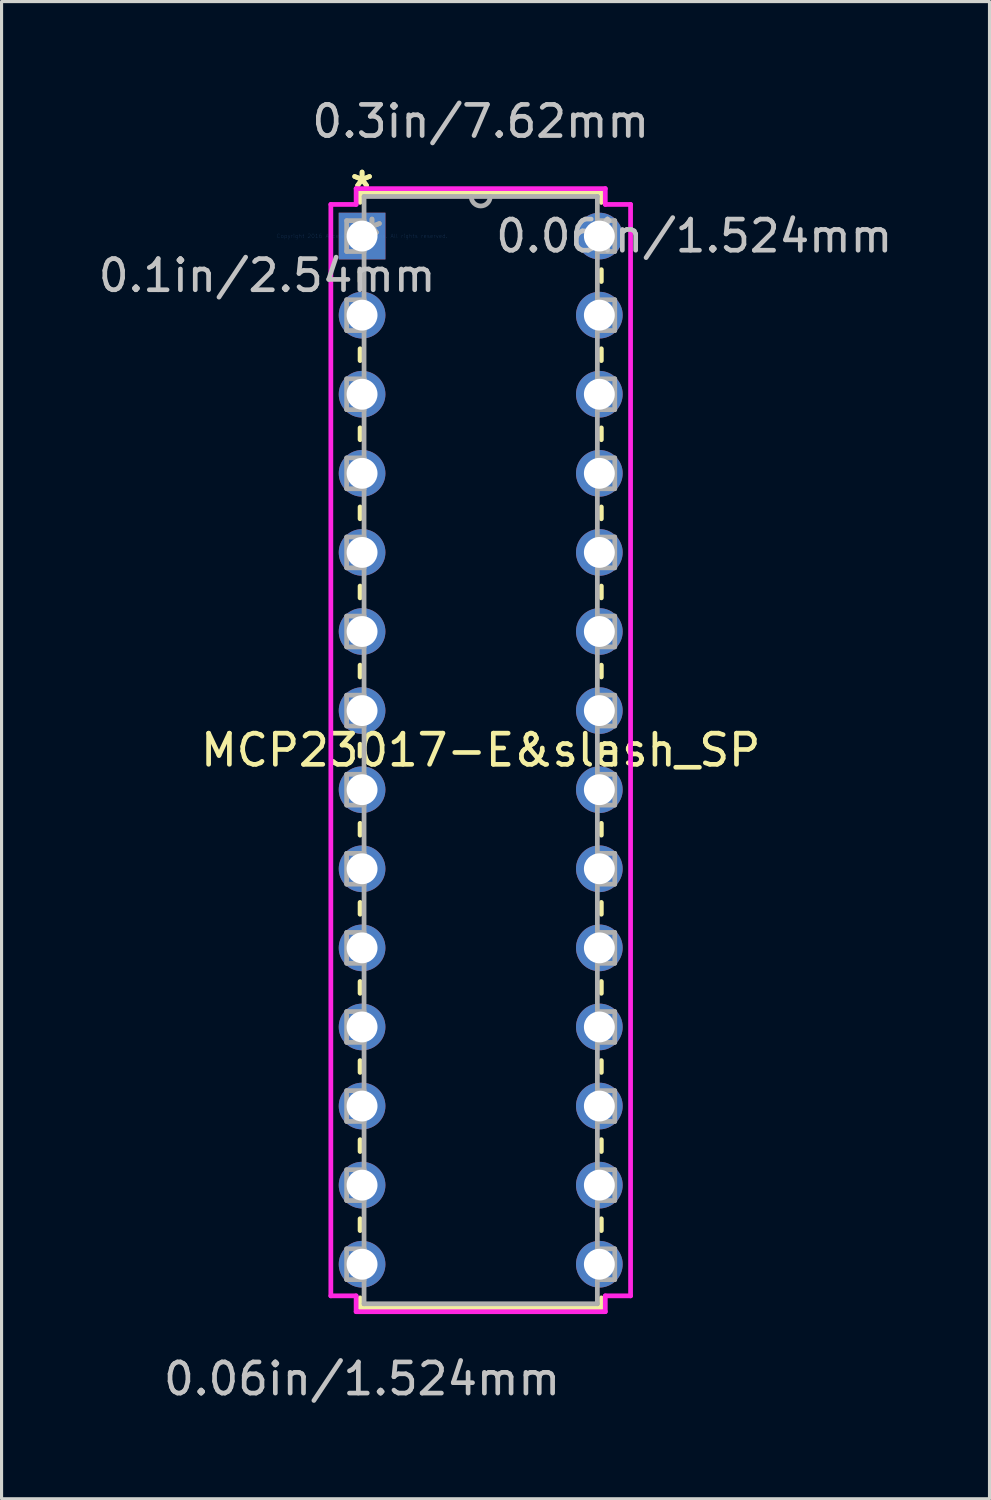
<source format=kicad_pcb>
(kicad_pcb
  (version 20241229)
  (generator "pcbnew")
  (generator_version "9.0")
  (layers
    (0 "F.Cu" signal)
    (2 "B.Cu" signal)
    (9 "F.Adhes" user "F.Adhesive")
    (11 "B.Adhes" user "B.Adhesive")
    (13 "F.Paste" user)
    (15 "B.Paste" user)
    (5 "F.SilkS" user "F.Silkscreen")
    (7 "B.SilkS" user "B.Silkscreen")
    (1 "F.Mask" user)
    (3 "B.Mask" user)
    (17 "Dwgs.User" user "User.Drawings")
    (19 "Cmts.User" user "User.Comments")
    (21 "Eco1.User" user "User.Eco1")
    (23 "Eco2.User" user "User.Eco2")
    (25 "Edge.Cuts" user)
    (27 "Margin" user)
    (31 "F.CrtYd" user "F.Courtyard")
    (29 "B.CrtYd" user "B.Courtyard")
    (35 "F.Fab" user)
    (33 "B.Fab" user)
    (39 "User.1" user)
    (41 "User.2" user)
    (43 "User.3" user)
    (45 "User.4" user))
  (footprint "MCP23017-E&slash_SP"
    (layer "F.Cu")
    (at 8.578 4.531)
    (property "Reference" "MCP23017-E&slash_SP" (at 3.81 16.51 0) (layer "F.SilkS") (effects (font (size 1 1) (thickness 0.15))))
    (attr through_hole)
    (fp_line (start -0.064 -1.397) (end -0.064 -1.082) (stroke (width 0.152) (type solid)) (layer "F.SilkS"))
    (fp_line (start -0.064 1.082) (end -0.064 1.46) (stroke (width 0.152) (type solid)) (layer "F.SilkS"))
    (fp_line (start -0.064 3.62) (end -0.064 4) (stroke (width 0.152) (type solid)) (layer "F.SilkS"))
    (fp_line (start -0.064 6.16) (end -0.064 6.54) (stroke (width 0.152) (type solid)) (layer "F.SilkS"))
    (fp_line (start -0.064 8.7) (end -0.064 9.08) (stroke (width 0.152) (type solid)) (layer "F.SilkS"))
    (fp_line (start -0.064 11.24) (end -0.064 11.62) (stroke (width 0.152) (type solid)) (layer "F.SilkS"))
    (fp_line (start -0.064 13.78) (end -0.064 14.16) (stroke (width 0.152) (type solid)) (layer "F.SilkS"))
    (fp_line (start -0.064 16.32) (end -0.064 16.7) (stroke (width 0.152) (type solid)) (layer "F.SilkS"))
    (fp_line (start -0.064 18.86) (end -0.064 19.24) (stroke (width 0.152) (type solid)) (layer "F.SilkS"))
    (fp_line (start -0.064 21.4) (end -0.064 21.78) (stroke (width 0.152) (type solid)) (layer "F.SilkS"))
    (fp_line (start -0.064 23.94) (end -0.064 24.32) (stroke (width 0.152) (type solid)) (layer "F.SilkS"))
    (fp_line (start -0.064 26.48) (end -0.064 26.86) (stroke (width 0.152) (type solid)) (layer "F.SilkS"))
    (fp_line (start -0.064 29.02) (end -0.064 29.4) (stroke (width 0.152) (type solid)) (layer "F.SilkS"))
    (fp_line (start -0.064 31.56) (end -0.064 31.94) (stroke (width 0.152) (type solid)) (layer "F.SilkS"))
    (fp_line (start -0.064 34.1) (end -0.064 34.417) (stroke (width 0.152) (type solid)) (layer "F.SilkS"))
    (fp_line (start -0.064 34.417) (end 7.684 34.417) (stroke (width 0.152) (type solid)) (layer "F.SilkS"))
    (fp_line (start 7.684 -1.397) (end -0.064 -1.397) (stroke (width 0.152) (type solid)) (layer "F.SilkS"))
    (fp_line (start 7.684 -1.08) (end 7.684 -1.397) (stroke (width 0.152) (type solid)) (layer "F.SilkS"))
    (fp_line (start 7.684 1.46) (end 7.684 1.08) (stroke (width 0.152) (type solid)) (layer "F.SilkS"))
    (fp_line (start 7.684 4) (end 7.684 3.62) (stroke (width 0.152) (type solid)) (layer "F.SilkS"))
    (fp_line (start 7.684 6.54) (end 7.684 6.16) (stroke (width 0.152) (type solid)) (layer "F.SilkS"))
    (fp_line (start 7.684 9.08) (end 7.684 8.7) (stroke (width 0.152) (type solid)) (layer "F.SilkS"))
    (fp_line (start 7.684 11.62) (end 7.684 11.24) (stroke (width 0.152) (type solid)) (layer "F.SilkS"))
    (fp_line (start 7.684 14.16) (end 7.684 13.78) (stroke (width 0.152) (type solid)) (layer "F.SilkS"))
    (fp_line (start 7.684 16.7) (end 7.684 16.32) (stroke (width 0.152) (type solid)) (layer "F.SilkS"))
    (fp_line (start 7.684 19.24) (end 7.684 18.86) (stroke (width 0.152) (type solid)) (layer "F.SilkS"))
    (fp_line (start 7.684 21.78) (end 7.684 21.4) (stroke (width 0.152) (type solid)) (layer "F.SilkS"))
    (fp_line (start 7.684 24.32) (end 7.684 23.94) (stroke (width 0.152) (type solid)) (layer "F.SilkS"))
    (fp_line (start 7.684 26.86) (end 7.684 26.48) (stroke (width 0.152) (type solid)) (layer "F.SilkS"))
    (fp_line (start 7.684 29.4) (end 7.684 29.02) (stroke (width 0.152) (type solid)) (layer "F.SilkS"))
    (fp_line (start 7.684 31.94) (end 7.684 31.56) (stroke (width 0.152) (type solid)) (layer "F.SilkS"))
    (fp_line (start 7.684 34.417) (end 7.684 34.1) (stroke (width 0.152) (type solid)) (layer "F.SilkS"))
    (fp_line (start -1.003 -1.016) (end -1.003 34.036) (stroke (width 0.152) (type solid)) (layer "F.CrtYd"))
    (fp_line (start -1.003 34.036) (end -0.191 34.036) (stroke (width 0.152) (type solid)) (layer "F.CrtYd"))
    (fp_line (start -0.191 -1.524) (end -0.191 -1.016) (stroke (width 0.152) (type solid)) (layer "F.CrtYd"))
    (fp_line (start -0.191 -1.016) (end -1.003 -1.016) (stroke (width 0.152) (type solid)) (layer "F.CrtYd"))
    (fp_line (start -0.191 34.036) (end -0.191 34.544) (stroke (width 0.152) (type solid)) (layer "F.CrtYd"))
    (fp_line (start -0.191 34.544) (end 7.811 34.544) (stroke (width 0.152) (type solid)) (layer "F.CrtYd"))
    (fp_line (start 7.811 -1.524) (end -0.191 -1.524) (stroke (width 0.152) (type solid)) (layer "F.CrtYd"))
    (fp_line (start 7.811 -1.016) (end 7.811 -1.524) (stroke (width 0.152) (type solid)) (layer "F.CrtYd"))
    (fp_line (start 7.811 34.036) (end 8.623 34.036) (stroke (width 0.152) (type solid)) (layer "F.CrtYd"))
    (fp_line (start 7.811 34.544) (end 7.811 34.036) (stroke (width 0.152) (type solid)) (layer "F.CrtYd"))
    (fp_line (start 8.623 -1.016) (end 7.811 -1.016) (stroke (width 0.152) (type solid)) (layer "F.CrtYd"))
    (fp_line (start 8.623 34.036) (end 8.623 -1.016) (stroke (width 0.152) (type solid)) (layer "F.CrtYd"))
    (fp_line (start -0.495 -0.495) (end -0.495 0.495) (stroke (width 0.152) (type solid)) (layer "F.Fab"))
    (fp_line (start -0.495 0.495) (end 0.064 0.495) (stroke (width 0.152) (type solid)) (layer "F.Fab"))
    (fp_line (start -0.495 2.045) (end -0.495 3.035) (stroke (width 0.152) (type solid)) (layer "F.Fab"))
    (fp_line (start -0.495 3.035) (end 0.064 3.035) (stroke (width 0.152) (type solid)) (layer "F.Fab"))
    (fp_line (start -0.495 4.585) (end -0.495 5.575) (stroke (width 0.152) (type solid)) (layer "F.Fab"))
    (fp_line (start -0.495 5.575) (end 0.064 5.575) (stroke (width 0.152) (type solid)) (layer "F.Fab"))
    (fp_line (start -0.495 7.125) (end -0.495 8.115) (stroke (width 0.152) (type solid)) (layer "F.Fab"))
    (fp_line (start -0.495 8.115) (end 0.064 8.115) (stroke (width 0.152) (type solid)) (layer "F.Fab"))
    (fp_line (start -0.495 9.665) (end -0.495 10.655) (stroke (width 0.152) (type solid)) (layer "F.Fab"))
    (fp_line (start -0.495 10.655) (end 0.064 10.655) (stroke (width 0.152) (type solid)) (layer "F.Fab"))
    (fp_line (start -0.495 12.205) (end -0.495 13.195) (stroke (width 0.152) (type solid)) (layer "F.Fab"))
    (fp_line (start -0.495 13.195) (end 0.064 13.195) (stroke (width 0.152) (type solid)) (layer "F.Fab"))
    (fp_line (start -0.495 14.745) (end -0.495 15.735) (stroke (width 0.152) (type solid)) (layer "F.Fab"))
    (fp_line (start -0.495 15.735) (end 0.064 15.735) (stroke (width 0.152) (type solid)) (layer "F.Fab"))
    (fp_line (start -0.495 17.285) (end -0.495 18.275) (stroke (width 0.152) (type solid)) (layer "F.Fab"))
    (fp_line (start -0.495 18.275) (end 0.064 18.275) (stroke (width 0.152) (type solid)) (layer "F.Fab"))
    (fp_line (start -0.495 19.825) (end -0.495 20.815) (stroke (width 0.152) (type solid)) (layer "F.Fab"))
    (fp_line (start -0.495 20.815) (end 0.064 20.815) (stroke (width 0.152) (type solid)) (layer "F.Fab"))
    (fp_line (start -0.495 22.365) (end -0.495 23.355) (stroke (width 0.152) (type solid)) (layer "F.Fab"))
    (fp_line (start -0.495 23.355) (end 0.064 23.355) (stroke (width 0.152) (type solid)) (layer "F.Fab"))
    (fp_line (start -0.495 24.905) (end -0.495 25.895) (stroke (width 0.152) (type solid)) (layer "F.Fab"))
    (fp_line (start -0.495 25.895) (end 0.064 25.895) (stroke (width 0.152) (type solid)) (layer "F.Fab"))
    (fp_line (start -0.495 27.445) (end -0.495 28.435) (stroke (width 0.152) (type solid)) (layer "F.Fab"))
    (fp_line (start -0.495 28.435) (end 0.064 28.435) (stroke (width 0.152) (type solid)) (layer "F.Fab"))
    (fp_line (start -0.495 29.985) (end -0.495 30.975) (stroke (width 0.152) (type solid)) (layer "F.Fab"))
    (fp_line (start -0.495 30.975) (end 0.064 30.975) (stroke (width 0.152) (type solid)) (layer "F.Fab"))
    (fp_line (start -0.495 32.525) (end -0.495 33.515) (stroke (width 0.152) (type solid)) (layer "F.Fab"))
    (fp_line (start -0.495 33.515) (end 0.064 33.515) (stroke (width 0.152) (type solid)) (layer "F.Fab"))
    (fp_line (start 0.064 -1.27) (end 0.064 34.29) (stroke (width 0.152) (type solid)) (layer "F.Fab"))
    (fp_line (start 0.064 -0.495) (end -0.495 -0.495) (stroke (width 0.152) (type solid)) (layer "F.Fab"))
    (fp_line (start 0.064 0.495) (end 0.064 -0.495) (stroke (width 0.152) (type solid)) (layer "F.Fab"))
    (fp_line (start 0.064 2.045) (end -0.495 2.045) (stroke (width 0.152) (type solid)) (layer "F.Fab"))
    (fp_line (start 0.064 3.035) (end 0.064 2.045) (stroke (width 0.152) (type solid)) (layer "F.Fab"))
    (fp_line (start 0.064 4.585) (end -0.495 4.585) (stroke (width 0.152) (type solid)) (layer "F.Fab"))
    (fp_line (start 0.064 5.575) (end 0.064 4.585) (stroke (width 0.152) (type solid)) (layer "F.Fab"))
    (fp_line (start 0.064 7.125) (end -0.495 7.125) (stroke (width 0.152) (type solid)) (layer "F.Fab"))
    (fp_line (start 0.064 8.115) (end 0.064 7.125) (stroke (width 0.152) (type solid)) (layer "F.Fab"))
    (fp_line (start 0.064 9.665) (end -0.495 9.665) (stroke (width 0.152) (type solid)) (layer "F.Fab"))
    (fp_line (start 0.064 10.655) (end 0.064 9.665) (stroke (width 0.152) (type solid)) (layer "F.Fab"))
    (fp_line (start 0.064 12.205) (end -0.495 12.205) (stroke (width 0.152) (type solid)) (layer "F.Fab"))
    (fp_line (start 0.064 13.195) (end 0.064 12.205) (stroke (width 0.152) (type solid)) (layer "F.Fab"))
    (fp_line (start 0.064 14.745) (end -0.495 14.745) (stroke (width 0.152) (type solid)) (layer "F.Fab"))
    (fp_line (start 0.064 15.735) (end 0.064 14.745) (stroke (width 0.152) (type solid)) (layer "F.Fab"))
    (fp_line (start 0.064 17.285) (end -0.495 17.285) (stroke (width 0.152) (type solid)) (layer "F.Fab"))
    (fp_line (start 0.064 18.275) (end 0.064 17.285) (stroke (width 0.152) (type solid)) (layer "F.Fab"))
    (fp_line (start 0.064 19.825) (end -0.495 19.825) (stroke (width 0.152) (type solid)) (layer "F.Fab"))
    (fp_line (start 0.064 20.815) (end 0.064 19.825) (stroke (width 0.152) (type solid)) (layer "F.Fab"))
    (fp_line (start 0.064 22.365) (end -0.495 22.365) (stroke (width 0.152) (type solid)) (layer "F.Fab"))
    (fp_line (start 0.064 23.355) (end 0.064 22.365) (stroke (width 0.152) (type solid)) (layer "F.Fab"))
    (fp_line (start 0.064 24.905) (end -0.495 24.905) (stroke (width 0.152) (type solid)) (layer "F.Fab"))
    (fp_line (start 0.064 25.895) (end 0.064 24.905) (stroke (width 0.152) (type solid)) (layer "F.Fab"))
    (fp_line (start 0.064 27.445) (end -0.495 27.445) (stroke (width 0.152) (type solid)) (layer "F.Fab"))
    (fp_line (start 0.064 28.435) (end 0.064 27.445) (stroke (width 0.152) (type solid)) (layer "F.Fab"))
    (fp_line (start 0.064 29.985) (end -0.495 29.985) (stroke (width 0.152) (type solid)) (layer "F.Fab"))
    (fp_line (start 0.064 30.975) (end 0.064 29.985) (stroke (width 0.152) (type solid)) (layer "F.Fab"))
    (fp_line (start 0.064 32.525) (end -0.495 32.525) (stroke (width 0.152) (type solid)) (layer "F.Fab"))
    (fp_line (start 0.064 33.515) (end 0.064 32.525) (stroke (width 0.152) (type solid)) (layer "F.Fab"))
    (fp_line (start 0.064 34.29) (end 7.556 34.29) (stroke (width 0.152) (type solid)) (layer "F.Fab"))
    (fp_line (start 7.556 -1.27) (end 0.064 -1.27) (stroke (width 0.152) (type solid)) (layer "F.Fab"))
    (fp_line (start 7.556 -0.495) (end 7.556 0.495) (stroke (width 0.152) (type solid)) (layer "F.Fab"))
    (fp_line (start 7.556 0.495) (end 8.115 0.495) (stroke (width 0.152) (type solid)) (layer "F.Fab"))
    (fp_line (start 7.556 2.045) (end 7.556 3.035) (stroke (width 0.152) (type solid)) (layer "F.Fab"))
    (fp_line (start 7.556 3.035) (end 8.115 3.035) (stroke (width 0.152) (type solid)) (layer "F.Fab"))
    (fp_line (start 7.556 4.585) (end 7.556 5.575) (stroke (width 0.152) (type solid)) (layer "F.Fab"))
    (fp_line (start 7.556 5.575) (end 8.115 5.575) (stroke (width 0.152) (type solid)) (layer "F.Fab"))
    (fp_line (start 7.556 7.125) (end 7.556 8.115) (stroke (width 0.152) (type solid)) (layer "F.Fab"))
    (fp_line (start 7.556 8.115) (end 8.115 8.115) (stroke (width 0.152) (type solid)) (layer "F.Fab"))
    (fp_line (start 7.556 9.665) (end 7.556 10.655) (stroke (width 0.152) (type solid)) (layer "F.Fab"))
    (fp_line (start 7.556 10.655) (end 8.115 10.655) (stroke (width 0.152) (type solid)) (layer "F.Fab"))
    (fp_line (start 7.556 12.205) (end 7.556 13.195) (stroke (width 0.152) (type solid)) (layer "F.Fab"))
    (fp_line (start 7.556 13.195) (end 8.115 13.195) (stroke (width 0.152) (type solid)) (layer "F.Fab"))
    (fp_line (start 7.556 14.745) (end 7.556 15.735) (stroke (width 0.152) (type solid)) (layer "F.Fab"))
    (fp_line (start 7.556 15.735) (end 8.115 15.735) (stroke (width 0.152) (type solid)) (layer "F.Fab"))
    (fp_line (start 7.556 17.285) (end 7.556 18.275) (stroke (width 0.152) (type solid)) (layer "F.Fab"))
    (fp_line (start 7.556 18.275) (end 8.115 18.275) (stroke (width 0.152) (type solid)) (layer "F.Fab"))
    (fp_line (start 7.556 19.825) (end 7.556 20.815) (stroke (width 0.152) (type solid)) (layer "F.Fab"))
    (fp_line (start 7.556 20.815) (end 8.115 20.815) (stroke (width 0.152) (type solid)) (layer "F.Fab"))
    (fp_line (start 7.556 22.365) (end 7.556 23.355) (stroke (width 0.152) (type solid)) (layer "F.Fab"))
    (fp_line (start 7.556 23.355) (end 8.115 23.355) (stroke (width 0.152) (type solid)) (layer "F.Fab"))
    (fp_line (start 7.556 24.905) (end 7.556 25.895) (stroke (width 0.152) (type solid)) (layer "F.Fab"))
    (fp_line (start 7.556 25.895) (end 8.115 25.895) (stroke (width 0.152) (type solid)) (layer "F.Fab"))
    (fp_line (start 7.556 27.445) (end 7.556 28.435) (stroke (width 0.152) (type solid)) (layer "F.Fab"))
    (fp_line (start 7.556 28.435) (end 8.115 28.435) (stroke (width 0.152) (type solid)) (layer "F.Fab"))
    (fp_line (start 7.556 29.985) (end 7.556 30.975) (stroke (width 0.152) (type solid)) (layer "F.Fab"))
    (fp_line (start 7.556 30.975) (end 8.115 30.975) (stroke (width 0.152) (type solid)) (layer "F.Fab"))
    (fp_line (start 7.556 32.525) (end 7.556 33.515) (stroke (width 0.152) (type solid)) (layer "F.Fab"))
    (fp_line (start 7.556 33.515) (end 8.115 33.515) (stroke (width 0.152) (type solid)) (layer "F.Fab"))
    (fp_line (start 7.556 34.29) (end 7.556 -1.27) (stroke (width 0.152) (type solid)) (layer "F.Fab"))
    (fp_line (start 8.115 -0.495) (end 7.556 -0.495) (stroke (width 0.152) (type solid)) (layer "F.Fab"))
    (fp_line (start 8.115 0.495) (end 8.115 -0.495) (stroke (width 0.152) (type solid)) (layer "F.Fab"))
    (fp_line (start 8.115 2.045) (end 7.556 2.045) (stroke (width 0.152) (type solid)) (layer "F.Fab"))
    (fp_line (start 8.115 3.035) (end 8.115 2.045) (stroke (width 0.152) (type solid)) (layer "F.Fab"))
    (fp_line (start 8.115 4.585) (end 7.556 4.585) (stroke (width 0.152) (type solid)) (layer "F.Fab"))
    (fp_line (start 8.115 5.575) (end 8.115 4.585) (stroke (width 0.152) (type solid)) (layer "F.Fab"))
    (fp_line (start 8.115 7.125) (end 7.556 7.125) (stroke (width 0.152) (type solid)) (layer "F.Fab"))
    (fp_line (start 8.115 8.115) (end 8.115 7.125) (stroke (width 0.152) (type solid)) (layer "F.Fab"))
    (fp_line (start 8.115 9.665) (end 7.556 9.665) (stroke (width 0.152) (type solid)) (layer "F.Fab"))
    (fp_line (start 8.115 10.655) (end 8.115 9.665) (stroke (width 0.152) (type solid)) (layer "F.Fab"))
    (fp_line (start 8.115 12.205) (end 7.556 12.205) (stroke (width 0.152) (type solid)) (layer "F.Fab"))
    (fp_line (start 8.115 13.195) (end 8.115 12.205) (stroke (width 0.152) (type solid)) (layer "F.Fab"))
    (fp_line (start 8.115 14.745) (end 7.556 14.745) (stroke (width 0.152) (type solid)) (layer "F.Fab"))
    (fp_line (start 8.115 15.735) (end 8.115 14.745) (stroke (width 0.152) (type solid)) (layer "F.Fab"))
    (fp_line (start 8.115 17.285) (end 7.556 17.285) (stroke (width 0.152) (type solid)) (layer "F.Fab"))
    (fp_line (start 8.115 18.275) (end 8.115 17.285) (stroke (width 0.152) (type solid)) (layer "F.Fab"))
    (fp_line (start 8.115 19.825) (end 7.556 19.825) (stroke (width 0.152) (type solid)) (layer "F.Fab"))
    (fp_line (start 8.115 20.815) (end 8.115 19.825) (stroke (width 0.152) (type solid)) (layer "F.Fab"))
    (fp_line (start 8.115 22.365) (end 7.556 22.365) (stroke (width 0.152) (type solid)) (layer "F.Fab"))
    (fp_line (start 8.115 23.355) (end 8.115 22.365) (stroke (width 0.152) (type solid)) (layer "F.Fab"))
    (fp_line (start 8.115 24.905) (end 7.556 24.905) (stroke (width 0.152) (type solid)) (layer "F.Fab"))
    (fp_line (start 8.115 25.895) (end 8.115 24.905) (stroke (width 0.152) (type solid)) (layer "F.Fab"))
    (fp_line (start 8.115 27.445) (end 7.556 27.445) (stroke (width 0.152) (type solid)) (layer "F.Fab"))
    (fp_line (start 8.115 28.435) (end 8.115 27.445) (stroke (width 0.152) (type solid)) (layer "F.Fab"))
    (fp_line (start 8.115 29.985) (end 7.556 29.985) (stroke (width 0.152) (type solid)) (layer "F.Fab"))
    (fp_line (start 8.115 30.975) (end 8.115 29.985) (stroke (width 0.152) (type solid)) (layer "F.Fab"))
    (fp_line (start 8.115 32.525) (end 7.556 32.525) (stroke (width 0.152) (type solid)) (layer "F.Fab"))
    (fp_line (start 8.115 33.515) (end 8.115 32.525) (stroke (width 0.152) (type solid)) (layer "F.Fab"))
    (fp_arc (start 4.1148 -1.27) (mid 3.81 -0.9652) (end 3.5052 -1.27) (stroke (width 0.1524) (type solid)) (layer "F.Fab"))
    (fp_text user "*" (at 0 -1.511 0) (layer "F.SilkS") (effects (font (size 1 1) (thickness 0.15))))
    (fp_text user "*" (at 0 -1.511 0) (layer "F.SilkS") (effects (font (size 1 1) (thickness 0.15))))
    (fp_text user "0.06in/1.524mm" (at 10.668 0 0) (layer "Dwgs.User") (effects (font (size 1 1) (thickness 0.15))))
    (fp_text user "0.1in/2.54mm" (at -3.048 1.27 0) (layer "Dwgs.User") (effects (font (size 1 1) (thickness 0.15))))
    (fp_text user "0.06in/1.524mm" (at 0 36.703 0) (layer "Dwgs.User") (effects (font (size 1 1) (thickness 0.15))))
    (fp_text user "0.3in/7.62mm" (at 3.81 -3.683 0) (layer "Dwgs.User") (effects (font (size 1 1) (thickness 0.15))))
    (fp_text user "Copyright 2016 Accelerated Designs. All rights reserved." (at 0 0 0) (layer "Cmts.User") (effects (font (size 0.127 0.127) (thickness 0.002))))
    (fp_text user "*" (at 0.318 0 0) (layer "F.Fab") (effects (font (size 1 1) (thickness 0.15))))
    (fp_text user "*" (at 0.318 0 0) (layer "F.Fab") (effects (font (size 1 1) (thickness 0.15))))
    (pad "1" thru_hole rect (at 0 0) (size 1.499 1.499) (drill 0.991) (layers "*.Cu" "*.Mask"))
    (pad "2" thru_hole circle (at 0 2.54) (size 1.499 1.499) (drill 0.991) (layers "*.Cu" "*.Mask"))
    (pad "3" thru_hole circle (at 0 5.08) (size 1.499 1.499) (drill 0.991) (layers "*.Cu" "*.Mask"))
    (pad "4" thru_hole circle (at 0 7.62) (size 1.499 1.499) (drill 0.991) (layers "*.Cu" "*.Mask"))
    (pad "5" thru_hole circle (at 0 10.16) (size 1.499 1.499) (drill 0.991) (layers "*.Cu" "*.Mask"))
    (pad "6" thru_hole circle (at 0 12.7) (size 1.499 1.499) (drill 0.991) (layers "*.Cu" "*.Mask"))
    (pad "7" thru_hole circle (at 0 15.24) (size 1.499 1.499) (drill 0.991) (layers "*.Cu" "*.Mask"))
    (pad "8" thru_hole circle (at 0 17.78) (size 1.499 1.499) (drill 0.991) (layers "*.Cu" "*.Mask"))
    (pad "9" thru_hole circle (at 0 20.32) (size 1.499 1.499) (drill 0.991) (layers "*.Cu" "*.Mask"))
    (pad "10" thru_hole circle (at 0 22.86) (size 1.499 1.499) (drill 0.991) (layers "*.Cu" "*.Mask"))
    (pad "11" thru_hole circle (at 0 25.4) (size 1.499 1.499) (drill 0.991) (layers "*.Cu" "*.Mask"))
    (pad "12" thru_hole circle (at 0 27.94) (size 1.499 1.499) (drill 0.991) (layers "*.Cu" "*.Mask"))
    (pad "13" thru_hole circle (at 0 30.48) (size 1.499 1.499) (drill 0.991) (layers "*.Cu" "*.Mask"))
    (pad "14" thru_hole circle (at 0 33.02) (size 1.499 1.499) (drill 0.991) (layers "*.Cu" "*.Mask"))
    (pad "15" thru_hole circle (at 7.62 33.02) (size 1.499 1.499) (drill 0.991) (layers "*.Cu" "*.Mask"))
    (pad "16" thru_hole circle (at 7.62 30.48) (size 1.499 1.499) (drill 0.991) (layers "*.Cu" "*.Mask"))
    (pad "17" thru_hole circle (at 7.62 27.94) (size 1.499 1.499) (drill 0.991) (layers "*.Cu" "*.Mask"))
    (pad "18" thru_hole circle (at 7.62 25.4) (size 1.499 1.499) (drill 0.991) (layers "*.Cu" "*.Mask"))
    (pad "19" thru_hole circle (at 7.62 22.86) (size 1.499 1.499) (drill 0.991) (layers "*.Cu" "*.Mask"))
    (pad "20" thru_hole circle (at 7.62 20.32) (size 1.499 1.499) (drill 0.991) (layers "*.Cu" "*.Mask"))
    (pad "21" thru_hole circle (at 7.62 17.78) (size 1.499 1.499) (drill 0.991) (layers "*.Cu" "*.Mask"))
    (pad "22" thru_hole circle (at 7.62 15.24) (size 1.499 1.499) (drill 0.991) (layers "*.Cu" "*.Mask"))
    (pad "23" thru_hole circle (at 7.62 12.7) (size 1.499 1.499) (drill 0.991) (layers "*.Cu" "*.Mask"))
    (pad "24" thru_hole circle (at 7.62 10.16) (size 1.499 1.499) (drill 0.991) (layers "*.Cu" "*.Mask"))
    (pad "25" thru_hole circle (at 7.62 7.62) (size 1.499 1.499) (drill 0.991) (layers "*.Cu" "*.Mask"))
    (pad "26" thru_hole circle (at 7.62 5.08) (size 1.499 1.499) (drill 0.991) (layers "*.Cu" "*.Mask"))
    (pad "27" thru_hole circle (at 7.62 2.54) (size 1.499 1.499) (drill 0.991) (layers "*.Cu" "*.Mask"))
    (pad "28" thru_hole circle (at 7.62 0) (size 1.499 1.499) (drill 0.991) (layers "*.Cu" "*.Mask")))
  (gr_rect
    (start -3 -3)
    (end 28.728 45.083)
    (stroke (width 0.1) (type default))
    (fill no)
    (layer "Edge.Cuts")))
</source>
